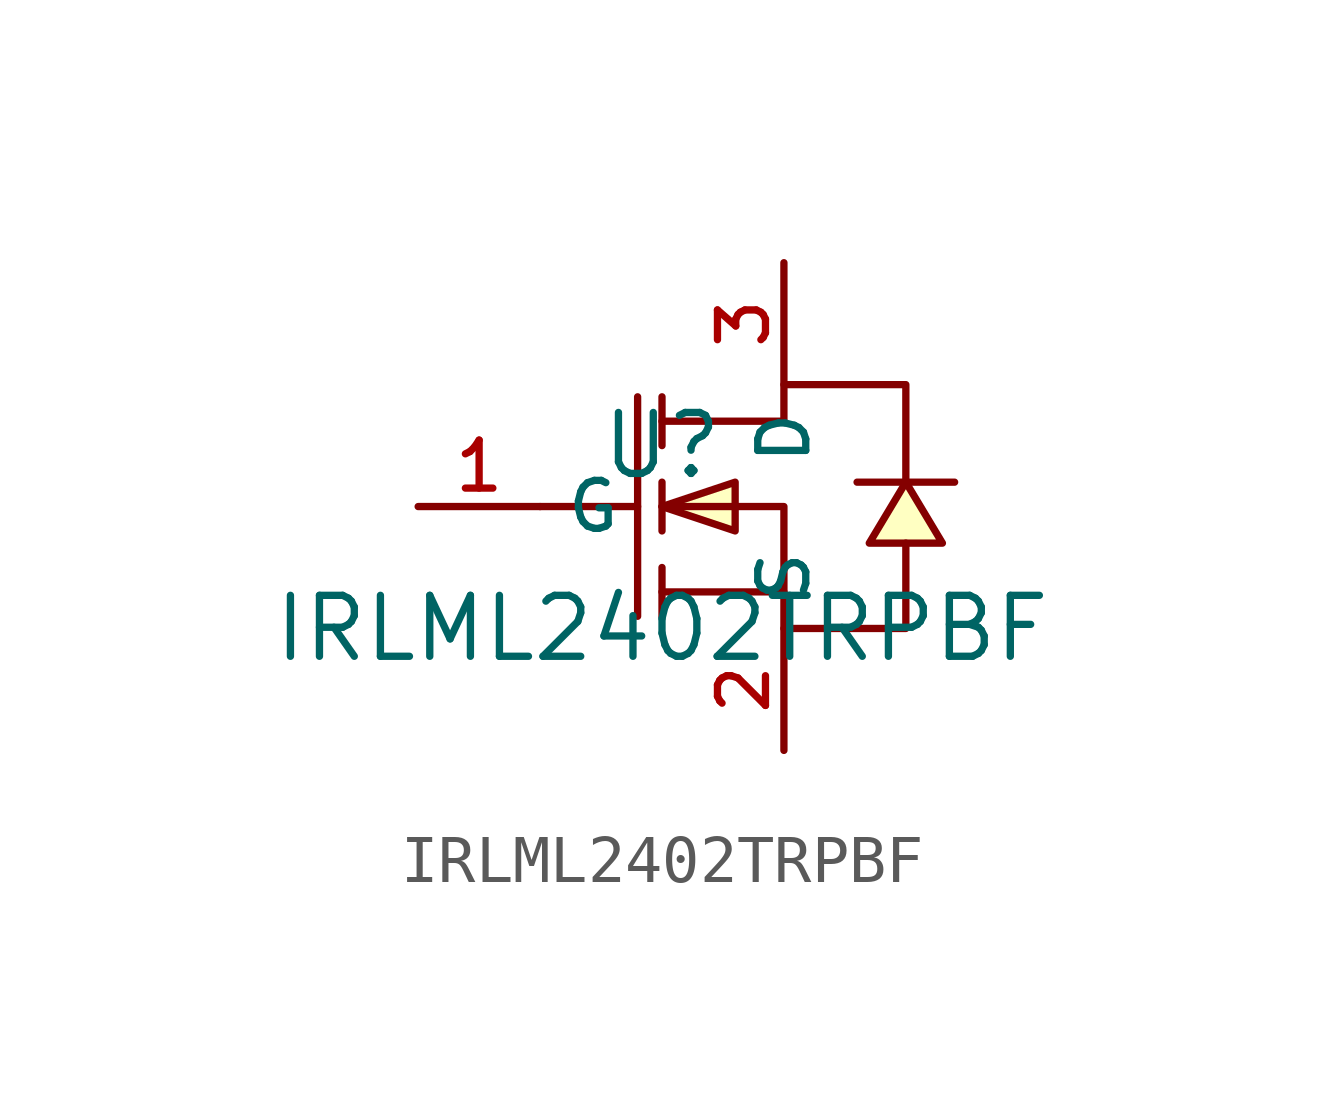
<source format=kicad_sym>
(kicad_symbol_lib
  (version 20210201)
  (generator TousstNicolas/JLC2KiCad_lib)
  (symbol "IRLML2402TRPBF"
    (property "Reference" "U"
      (at 0 1.27 0)
      (effects (font (size 1.27 1.27))))
    (property "Value" "IRLML2402TRPBF"
      (at 0 -2.54 0)
      (effects (font (size 1.27 1.27))))
    (symbol "IRLML2402TRPBF_0_1"
      (polyline (pts (xy 0.0 -0.0) (xy 1.524 -0.508) (xy 1.524 0.508) (xy 0.0 -0.0)) (stroke (width 0) (type default) (color 0 0 0 0)) (fill (type background)))
      (polyline (pts (xy 5.08 0.508) (xy 4.318 -0.762) (xy 5.842 -0.762) (xy 5.08 0.508)) (stroke (width 0) (type default) (color 0 0 0 0)) (fill (type background)))
      (polyline (pts (xy 0.0 1.778) (xy 2.54 1.778) (xy 2.54 2.54) (xy 5.08 2.54) (xy 5.08 0.508)) (stroke (width 0) (type default) (color 0 0 0 0)) (fill (type none)))
      (polyline (pts (xy 0.0 -0.0) (xy 2.54 -0.0) (xy 2.54 -2.54) (xy 5.08 -2.54) (xy 5.08 -0.762)) (stroke (width 0) (type default) (color 0 0 0 0)) (fill (type none)))
      (polyline (pts (xy 2.54 -1.778) (xy 0.0 -1.778)) (stroke (width 0) (type default) (color 0 0 0 0)) (fill (type none)))
      (polyline (pts (xy -0.508 2.286) (xy -0.508 -2.286)) (stroke (width 0) (type default) (color 0 0 0 0)) (fill (type none)))
      (polyline (pts (xy 0.0 2.286) (xy 0.0 1.27)) (stroke (width 0) (type default) (color 0 0 0 0)) (fill (type none)))
      (polyline (pts (xy 0.0 -0.508) (xy 0.0 0.508)) (stroke (width 0) (type default) (color 0 0 0 0)) (fill (type none)))
      (polyline (pts (xy 0.0 -2.286) (xy 0.0 -1.27)) (stroke (width 0) (type default) (color 0 0 0 0)) (fill (type none)))
      (polyline (pts (xy -2.54 -0.0) (xy -0.508 -0.0)) (stroke (width 0) (type default) (color 0 0 0 0)) (fill (type none)))
      (polyline (pts (xy 6.096 0.508) (xy 5.588 0.508) (xy 4.572 0.508) (xy 4.064 0.508)) (stroke (width 0) (type default) (color 0 0 0 0)) (fill (type none)))
      (pin unspecified line (at 2.54 5.08 270) (length 2.54) (name "D" (effects (font (size 1 1)))) (number "3" (effects (font (size 1 1)))))
      (pin unspecified line (at -5.08 -0.0 0) (length 2.54) (name "G" (effects (font (size 1 1)))) (number "1" (effects (font (size 1 1)))))
      (pin unspecified line (at 2.54 -5.08 90) (length 2.54) (name "S" (effects (font (size 1 1)))) (number "2" (effects (font (size 1 1))))))))
</source>
